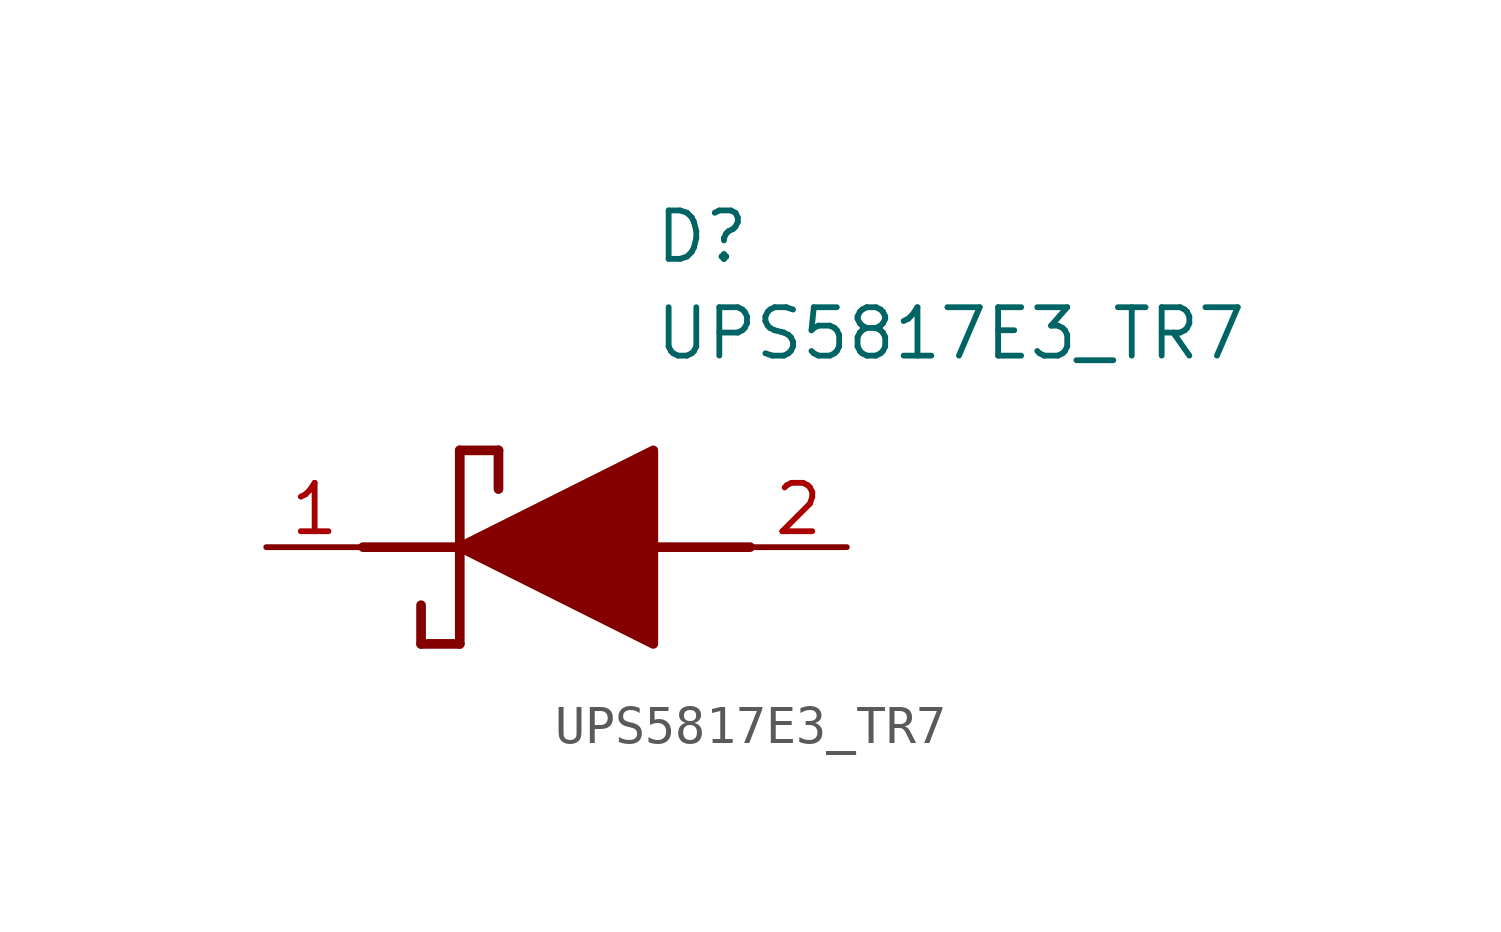
<source format=kicad_sym>
(kicad_symbol_lib
  (version 20211014)
  (generator SamacSys_ECAD_Model)
  (symbol "UPS5817E3_TR7"
    (pin_names hide)
    (property "Reference" "D"
      (at 12.7 8.89 0)
      (effects (font (size 1.27 1.27)) (justify left top)))
    (property "Value" "UPS5817E3_TR7"
      (at 12.7 6.35 0)
      (effects (font (size 1.27 1.27)) (justify left top)))
    (polyline
      (pts (xy 7.62 2.54) (xy 7.62 -2.54))
      (stroke (width 0.254) (type default))
      (fill (type none)))
    (polyline
      (pts (xy 7.62 2.54) (xy 8.636 2.54))
      (stroke (width 0.254) (type default))
      (fill (type none)))
    (polyline
      (pts (xy 8.636 1.524) (xy 8.636 2.54))
      (stroke (width 0.254) (type default))
      (fill (type none)))
    (polyline
      (pts (xy 7.62 -2.54) (xy 6.604 -2.54))
      (stroke (width 0.254) (type default))
      (fill (type none)))
    (polyline
      (pts (xy 6.604 -1.524) (xy 6.604 -2.54))
      (stroke (width 0.254) (type default))
      (fill (type none)))
    (polyline
      (pts (xy 5.08 0) (xy 7.62 0))
      (stroke (width 0.254) (type default))
      (fill (type none)))
    (polyline
      (pts (xy 12.7 0) (xy 15.24 0))
      (stroke (width 0.254) (type default))
      (fill (type none)))
    (polyline
      (pts (xy 7.62 0) (xy 12.7 2.54) (xy 12.7 -2.54) (xy 7.62 0))
      (stroke (width 0.254) (type default))
      (fill (type outline)))
    (pin passive line
      (at 2.54 0 0)
      (length 2.54)
      (name "K" (effects (font (size 1.27 1.27))))
      (number "1" (effects (font (size 1.27 1.27)))))
    (pin passive line
      (at 17.78 0 180)
      (length 2.54)
      (name "A" (effects (font (size 1.27 1.27))))
      (number "2" (effects (font (size 1.27 1.27)))))))
</source>
